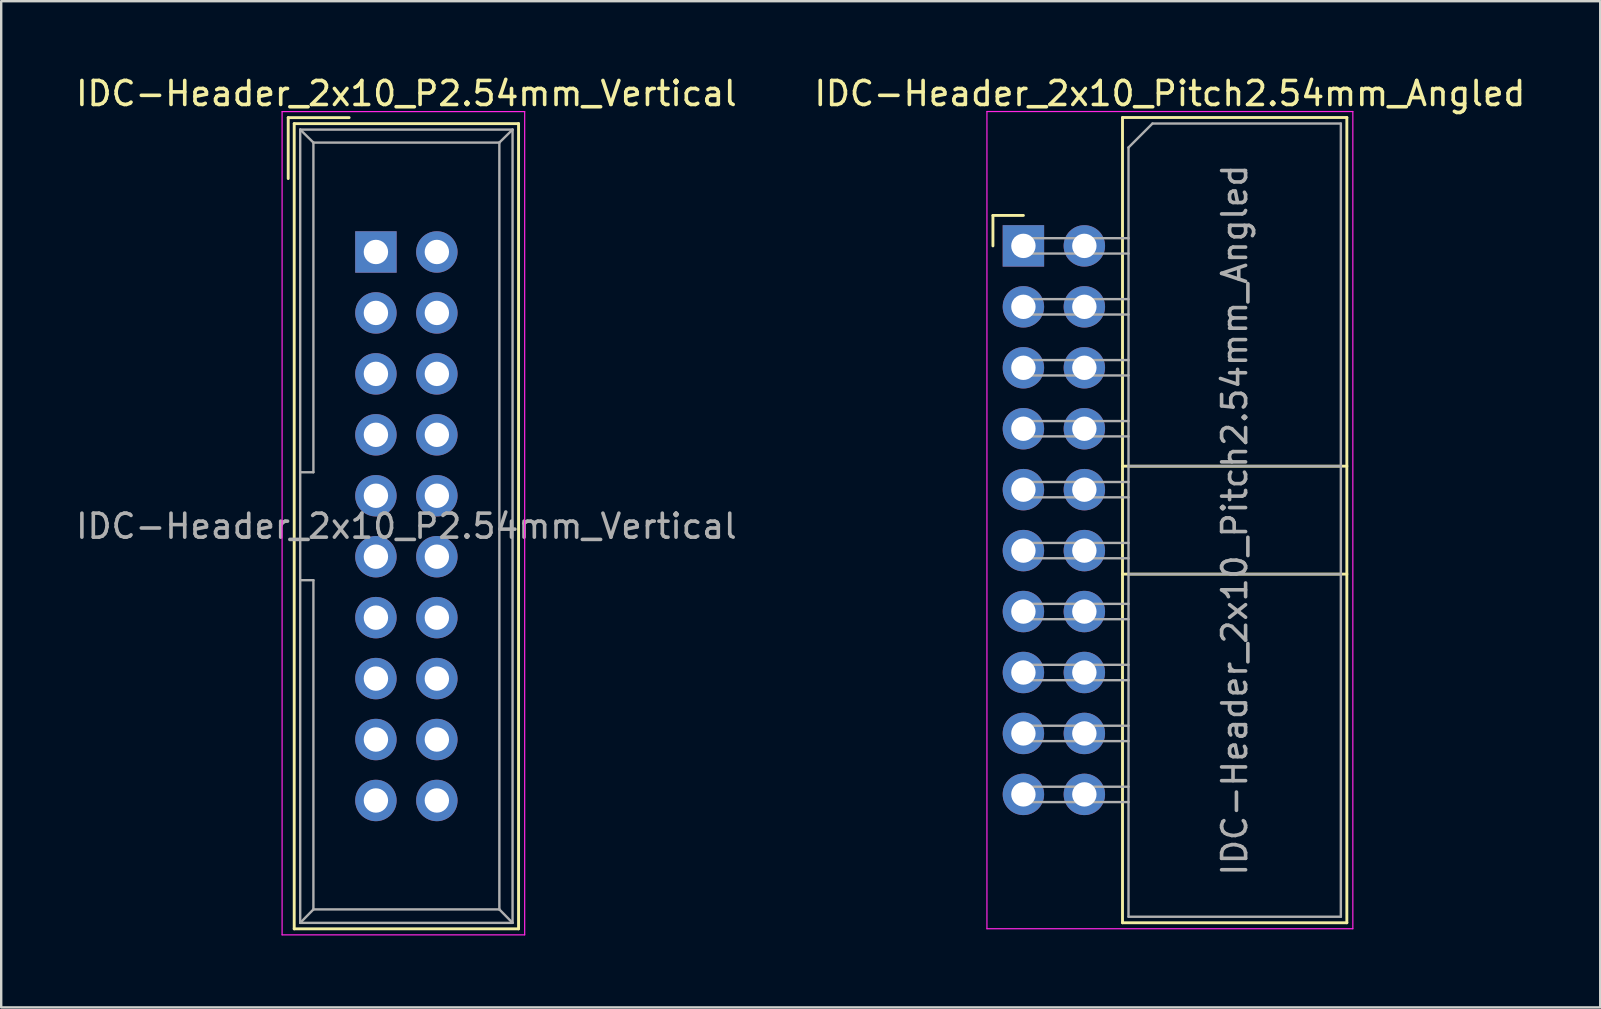
<source format=kicad_pcb>
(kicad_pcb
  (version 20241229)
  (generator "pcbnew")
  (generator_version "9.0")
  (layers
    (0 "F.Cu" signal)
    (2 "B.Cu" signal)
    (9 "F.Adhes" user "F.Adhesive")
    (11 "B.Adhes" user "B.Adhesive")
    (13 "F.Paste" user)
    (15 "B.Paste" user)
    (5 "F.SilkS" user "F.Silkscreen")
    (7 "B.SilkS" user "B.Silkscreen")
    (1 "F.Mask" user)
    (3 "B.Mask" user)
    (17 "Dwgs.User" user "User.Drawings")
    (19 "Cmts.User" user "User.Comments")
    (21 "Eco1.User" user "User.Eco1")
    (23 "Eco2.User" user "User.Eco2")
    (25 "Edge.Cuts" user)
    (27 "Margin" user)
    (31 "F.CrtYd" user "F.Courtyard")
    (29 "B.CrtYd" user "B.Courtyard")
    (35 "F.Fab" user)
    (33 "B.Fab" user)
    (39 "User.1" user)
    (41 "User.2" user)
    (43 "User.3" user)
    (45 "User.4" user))
  (footprint "IDC-Header_2x10_Pitch2.54mm_Angled"
    (layer "F.Cu")
    (at 39.603 7.198)
    (property "Reference" "IDC-Header_2x10_Pitch2.54mm_Angled" (at 6.105 -6.35 0) (layer "F.SilkS") (effects (font (size 1 1) (thickness 0.15))))
    (attr through_hole)
    (fp_line (start -1.27 -1.27) (end -1.27 0) (stroke (width 0.12) (type solid)) (layer "F.SilkS"))
    (fp_line (start 0 -1.27) (end -1.27 -1.27) (stroke (width 0.12) (type solid)) (layer "F.SilkS"))
    (fp_line (start 4.13 -5.35) (end 13.48 -5.35) (stroke (width 0.12) (type solid)) (layer "F.SilkS"))
    (fp_line (start 4.13 9.18) (end 13.48 9.18) (stroke (width 0.12) (type solid)) (layer "F.SilkS"))
    (fp_line (start 4.13 13.68) (end 13.48 13.68) (stroke (width 0.12) (type solid)) (layer "F.SilkS"))
    (fp_line (start 4.13 28.21) (end 4.13 -5.35) (stroke (width 0.12) (type solid)) (layer "F.SilkS"))
    (fp_line (start 4.13 28.21) (end 13.48 28.21) (stroke (width 0.12) (type solid)) (layer "F.SilkS"))
    (fp_line (start 13.48 -5.35) (end 13.48 28.21) (stroke (width 0.12) (type solid)) (layer "F.SilkS"))
    (fp_line (start -1.52 -5.6) (end 13.73 -5.6) (stroke (width 0.05) (type solid)) (layer "F.CrtYd"))
    (fp_line (start -1.52 28.46) (end -1.52 -5.6) (stroke (width 0.05) (type solid)) (layer "F.CrtYd"))
    (fp_line (start 13.73 -5.6) (end 13.73 28.46) (stroke (width 0.05) (type solid)) (layer "F.CrtYd"))
    (fp_line (start 13.73 28.46) (end -1.52 28.46) (stroke (width 0.05) (type solid)) (layer "F.CrtYd"))
    (fp_line (start -0.32 -0.32) (end -0.32 0.32) (stroke (width 0.1) (type solid)) (layer "F.Fab"))
    (fp_line (start -0.32 0.32) (end 4.38 0.32) (stroke (width 0.1) (type solid)) (layer "F.Fab"))
    (fp_line (start -0.32 2.22) (end -0.32 2.86) (stroke (width 0.1) (type solid)) (layer "F.Fab"))
    (fp_line (start -0.32 2.86) (end 4.38 2.86) (stroke (width 0.1) (type solid)) (layer "F.Fab"))
    (fp_line (start -0.32 4.76) (end -0.32 5.4) (stroke (width 0.1) (type solid)) (layer "F.Fab"))
    (fp_line (start -0.32 5.4) (end 4.38 5.4) (stroke (width 0.1) (type solid)) (layer "F.Fab"))
    (fp_line (start -0.32 7.3) (end -0.32 7.94) (stroke (width 0.1) (type solid)) (layer "F.Fab"))
    (fp_line (start -0.32 7.94) (end 4.38 7.94) (stroke (width 0.1) (type solid)) (layer "F.Fab"))
    (fp_line (start -0.32 9.84) (end -0.32 10.48) (stroke (width 0.1) (type solid)) (layer "F.Fab"))
    (fp_line (start -0.32 10.48) (end 4.38 10.48) (stroke (width 0.1) (type solid)) (layer "F.Fab"))
    (fp_line (start -0.32 12.38) (end -0.32 13.02) (stroke (width 0.1) (type solid)) (layer "F.Fab"))
    (fp_line (start -0.32 13.02) (end 4.38 13.02) (stroke (width 0.1) (type solid)) (layer "F.Fab"))
    (fp_line (start -0.32 14.92) (end -0.32 15.56) (stroke (width 0.1) (type solid)) (layer "F.Fab"))
    (fp_line (start -0.32 15.56) (end 4.38 15.56) (stroke (width 0.1) (type solid)) (layer "F.Fab"))
    (fp_line (start -0.32 17.46) (end -0.32 18.1) (stroke (width 0.1) (type solid)) (layer "F.Fab"))
    (fp_line (start -0.32 18.1) (end 4.38 18.1) (stroke (width 0.1) (type solid)) (layer "F.Fab"))
    (fp_line (start -0.32 20) (end -0.32 20.64) (stroke (width 0.1) (type solid)) (layer "F.Fab"))
    (fp_line (start -0.32 20.64) (end 4.38 20.64) (stroke (width 0.1) (type solid)) (layer "F.Fab"))
    (fp_line (start -0.32 22.54) (end -0.32 23.18) (stroke (width 0.1) (type solid)) (layer "F.Fab"))
    (fp_line (start -0.32 23.18) (end 4.38 23.18) (stroke (width 0.1) (type solid)) (layer "F.Fab"))
    (fp_line (start 4.38 -4.1) (end 5.38 -5.1) (stroke (width 0.1) (type solid)) (layer "F.Fab"))
    (fp_line (start 4.38 -0.32) (end -0.32 -0.32) (stroke (width 0.1) (type solid)) (layer "F.Fab"))
    (fp_line (start 4.38 2.22) (end -0.32 2.22) (stroke (width 0.1) (type solid)) (layer "F.Fab"))
    (fp_line (start 4.38 4.76) (end -0.32 4.76) (stroke (width 0.1) (type solid)) (layer "F.Fab"))
    (fp_line (start 4.38 7.3) (end -0.32 7.3) (stroke (width 0.1) (type solid)) (layer "F.Fab"))
    (fp_line (start 4.38 9.18) (end 13.23 9.18) (stroke (width 0.1) (type solid)) (layer "F.Fab"))
    (fp_line (start 4.38 9.84) (end -0.32 9.84) (stroke (width 0.1) (type solid)) (layer "F.Fab"))
    (fp_line (start 4.38 12.38) (end -0.32 12.38) (stroke (width 0.1) (type solid)) (layer "F.Fab"))
    (fp_line (start 4.38 13.68) (end 13.23 13.68) (stroke (width 0.1) (type solid)) (layer "F.Fab"))
    (fp_line (start 4.38 14.92) (end -0.32 14.92) (stroke (width 0.1) (type solid)) (layer "F.Fab"))
    (fp_line (start 4.38 17.46) (end -0.32 17.46) (stroke (width 0.1) (type solid)) (layer "F.Fab"))
    (fp_line (start 4.38 20) (end -0.32 20) (stroke (width 0.1) (type solid)) (layer "F.Fab"))
    (fp_line (start 4.38 22.54) (end -0.32 22.54) (stroke (width 0.1) (type solid)) (layer "F.Fab"))
    (fp_line (start 4.38 27.96) (end 4.38 -4.1) (stroke (width 0.1) (type solid)) (layer "F.Fab"))
    (fp_line (start 4.38 27.96) (end 13.23 27.96) (stroke (width 0.1) (type solid)) (layer "F.Fab"))
    (fp_line (start 5.38 -5.1) (end 13.23 -5.1) (stroke (width 0.1) (type solid)) (layer "F.Fab"))
    (fp_line (start 13.23 27.96) (end 13.23 -5.1) (stroke (width 0.1) (type solid)) (layer "F.Fab"))
    (fp_text user "${REFERENCE}" (at 8.805 11.43 90) (layer "F.Fab") (effects (font (size 1 1) (thickness 0.15))))
    (pad "1" thru_hole rect (at 0 0) (size 1.727 1.727) (drill 1.016) (layers "*.Cu" "*.Mask"))
    (pad "2" thru_hole oval (at 2.54 0) (size 1.727 1.727) (drill 1.016) (layers "*.Cu" "*.Mask"))
    (pad "3" thru_hole oval (at 0 2.54) (size 1.727 1.727) (drill 1.016) (layers "*.Cu" "*.Mask"))
    (pad "4" thru_hole oval (at 2.54 2.54) (size 1.727 1.727) (drill 1.016) (layers "*.Cu" "*.Mask"))
    (pad "5" thru_hole oval (at 0 5.08) (size 1.727 1.727) (drill 1.016) (layers "*.Cu" "*.Mask"))
    (pad "6" thru_hole oval (at 2.54 5.08) (size 1.727 1.727) (drill 1.016) (layers "*.Cu" "*.Mask"))
    (pad "7" thru_hole oval (at 0 7.62) (size 1.727 1.727) (drill 1.016) (layers "*.Cu" "*.Mask"))
    (pad "8" thru_hole oval (at 2.54 7.62) (size 1.727 1.727) (drill 1.016) (layers "*.Cu" "*.Mask"))
    (pad "9" thru_hole oval (at 0 10.16) (size 1.727 1.727) (drill 1.016) (layers "*.Cu" "*.Mask"))
    (pad "10" thru_hole oval (at 2.54 10.16) (size 1.727 1.727) (drill 1.016) (layers "*.Cu" "*.Mask"))
    (pad "11" thru_hole oval (at 0 12.7) (size 1.727 1.727) (drill 1.016) (layers "*.Cu" "*.Mask"))
    (pad "12" thru_hole oval (at 2.54 12.7) (size 1.727 1.727) (drill 1.016) (layers "*.Cu" "*.Mask"))
    (pad "13" thru_hole oval (at 0 15.24) (size 1.727 1.727) (drill 1.016) (layers "*.Cu" "*.Mask"))
    (pad "14" thru_hole oval (at 2.54 15.24) (size 1.727 1.727) (drill 1.016) (layers "*.Cu" "*.Mask"))
    (pad "15" thru_hole oval (at 0 17.78) (size 1.727 1.727) (drill 1.016) (layers "*.Cu" "*.Mask"))
    (pad "16" thru_hole oval (at 2.54 17.78) (size 1.727 1.727) (drill 1.016) (layers "*.Cu" "*.Mask"))
    (pad "17" thru_hole oval (at 0 20.32) (size 1.727 1.727) (drill 1.016) (layers "*.Cu" "*.Mask"))
    (pad "18" thru_hole oval (at 2.54 20.32) (size 1.727 1.727) (drill 1.016) (layers "*.Cu" "*.Mask"))
    (pad "19" thru_hole oval (at 0 22.86) (size 1.727 1.727) (drill 1.016) (layers "*.Cu" "*.Mask"))
    (pad "20" thru_hole oval (at 2.54 22.86) (size 1.727 1.727) (drill 1.016) (layers "*.Cu" "*.Mask")))
  (footprint "IDC-Header_2x10_P2.54mm_Vertical"
    (layer "F.Cu")
    (at 12.617 7.452)
    (property "Reference" "IDC-Header_2x10_P2.54mm_Vertical" (at 1.27 -6.604 0) (layer "F.SilkS") (effects (font (size 1 1) (thickness 0.15))))
    (attr through_hole)
    (fp_line (start -3.655 -5.6) (end -3.655 -3.06) (stroke (width 0.12) (type solid)) (layer "F.SilkS"))
    (fp_line (start -3.655 -5.6) (end -1.115 -5.6) (stroke (width 0.12) (type solid)) (layer "F.SilkS"))
    (fp_line (start -3.405 -5.35) (end 5.945 -5.35) (stroke (width 0.12) (type solid)) (layer "F.SilkS"))
    (fp_line (start -3.405 28.21) (end -3.405 -5.35) (stroke (width 0.12) (type solid)) (layer "F.SilkS"))
    (fp_line (start 5.945 -5.35) (end 5.945 28.21) (stroke (width 0.12) (type solid)) (layer "F.SilkS"))
    (fp_line (start 5.945 28.21) (end -3.405 28.21) (stroke (width 0.12) (type solid)) (layer "F.SilkS"))
    (fp_line (start -3.91 -5.85) (end 6.2 -5.85) (stroke (width 0.05) (type solid)) (layer "F.CrtYd"))
    (fp_line (start -3.91 28.46) (end -3.91 -5.85) (stroke (width 0.05) (type solid)) (layer "F.CrtYd"))
    (fp_line (start 6.2 -5.85) (end 6.2 28.46) (stroke (width 0.05) (type solid)) (layer "F.CrtYd"))
    (fp_line (start 6.2 28.46) (end -3.91 28.46) (stroke (width 0.05) (type solid)) (layer "F.CrtYd"))
    (fp_line (start -3.155 -5.1) (end -3.155 27.96) (stroke (width 0.1) (type solid)) (layer "F.Fab"))
    (fp_line (start -3.155 -5.1) (end -2.605 -4.56) (stroke (width 0.1) (type solid)) (layer "F.Fab"))
    (fp_line (start -3.155 27.96) (end -2.605 27.4) (stroke (width 0.1) (type solid)) (layer "F.Fab"))
    (fp_line (start -2.605 -4.56) (end -2.605 9.18) (stroke (width 0.1) (type solid)) (layer "F.Fab"))
    (fp_line (start -2.605 9.18) (end -3.155 9.18) (stroke (width 0.1) (type solid)) (layer "F.Fab"))
    (fp_line (start -2.605 13.68) (end -3.155 13.68) (stroke (width 0.1) (type solid)) (layer "F.Fab"))
    (fp_line (start -2.605 13.68) (end -2.605 27.4) (stroke (width 0.1) (type solid)) (layer "F.Fab"))
    (fp_line (start 5.145 -4.56) (end -2.605 -4.56) (stroke (width 0.1) (type solid)) (layer "F.Fab"))
    (fp_line (start 5.145 -4.56) (end 5.145 27.4) (stroke (width 0.1) (type solid)) (layer "F.Fab"))
    (fp_line (start 5.145 27.4) (end -2.605 27.4) (stroke (width 0.1) (type solid)) (layer "F.Fab"))
    (fp_line (start 5.695 -5.1) (end -3.155 -5.1) (stroke (width 0.1) (type solid)) (layer "F.Fab"))
    (fp_line (start 5.695 -5.1) (end 5.145 -4.56) (stroke (width 0.1) (type solid)) (layer "F.Fab"))
    (fp_line (start 5.695 -5.1) (end 5.695 27.96) (stroke (width 0.1) (type solid)) (layer "F.Fab"))
    (fp_line (start 5.695 27.96) (end -3.155 27.96) (stroke (width 0.1) (type solid)) (layer "F.Fab"))
    (fp_line (start 5.695 27.96) (end 5.145 27.4) (stroke (width 0.1) (type solid)) (layer "F.Fab"))
    (fp_text user "${REFERENCE}" (at 1.27 11.43 0) (layer "F.Fab") (effects (font (size 1 1) (thickness 0.15))))
    (pad "1" thru_hole rect (at 0 0) (size 1.727 1.727) (drill 1.016) (layers "*.Cu" "*.Mask"))
    (pad "2" thru_hole oval (at 2.54 0) (size 1.727 1.727) (drill 1.016) (layers "*.Cu" "*.Mask"))
    (pad "3" thru_hole oval (at 0 2.54) (size 1.727 1.727) (drill 1.016) (layers "*.Cu" "*.Mask"))
    (pad "4" thru_hole oval (at 2.54 2.54) (size 1.727 1.727) (drill 1.016) (layers "*.Cu" "*.Mask"))
    (pad "5" thru_hole oval (at 0 5.08) (size 1.727 1.727) (drill 1.016) (layers "*.Cu" "*.Mask"))
    (pad "6" thru_hole oval (at 2.54 5.08) (size 1.727 1.727) (drill 1.016) (layers "*.Cu" "*.Mask"))
    (pad "7" thru_hole oval (at 0 7.62) (size 1.727 1.727) (drill 1.016) (layers "*.Cu" "*.Mask"))
    (pad "8" thru_hole oval (at 2.54 7.62) (size 1.727 1.727) (drill 1.016) (layers "*.Cu" "*.Mask"))
    (pad "9" thru_hole oval (at 0 10.16) (size 1.727 1.727) (drill 1.016) (layers "*.Cu" "*.Mask"))
    (pad "10" thru_hole oval (at 2.54 10.16) (size 1.727 1.727) (drill 1.016) (layers "*.Cu" "*.Mask"))
    (pad "11" thru_hole oval (at 0 12.7) (size 1.727 1.727) (drill 1.016) (layers "*.Cu" "*.Mask"))
    (pad "12" thru_hole oval (at 2.54 12.7) (size 1.727 1.727) (drill 1.016) (layers "*.Cu" "*.Mask"))
    (pad "13" thru_hole oval (at 0 15.24) (size 1.727 1.727) (drill 1.016) (layers "*.Cu" "*.Mask"))
    (pad "14" thru_hole oval (at 2.54 15.24) (size 1.727 1.727) (drill 1.016) (layers "*.Cu" "*.Mask"))
    (pad "15" thru_hole oval (at 0 17.78) (size 1.727 1.727) (drill 1.016) (layers "*.Cu" "*.Mask"))
    (pad "16" thru_hole oval (at 2.54 17.78) (size 1.727 1.727) (drill 1.016) (layers "*.Cu" "*.Mask"))
    (pad "17" thru_hole oval (at 0 20.32) (size 1.727 1.727) (drill 1.016) (layers "*.Cu" "*.Mask"))
    (pad "18" thru_hole oval (at 2.54 20.32) (size 1.727 1.727) (drill 1.016) (layers "*.Cu" "*.Mask"))
    (pad "19" thru_hole oval (at 0 22.86) (size 1.727 1.727) (drill 1.016) (layers "*.Cu" "*.Mask"))
    (pad "20" thru_hole oval (at 2.54 22.86) (size 1.727 1.727) (drill 1.016) (layers "*.Cu" "*.Mask")))
  (gr_rect
    (start -3 -3)
    (end 63.643 38.937)
    (stroke (width 0.1) (type default))
    (fill no)
    (layer "Edge.Cuts")))
</source>
